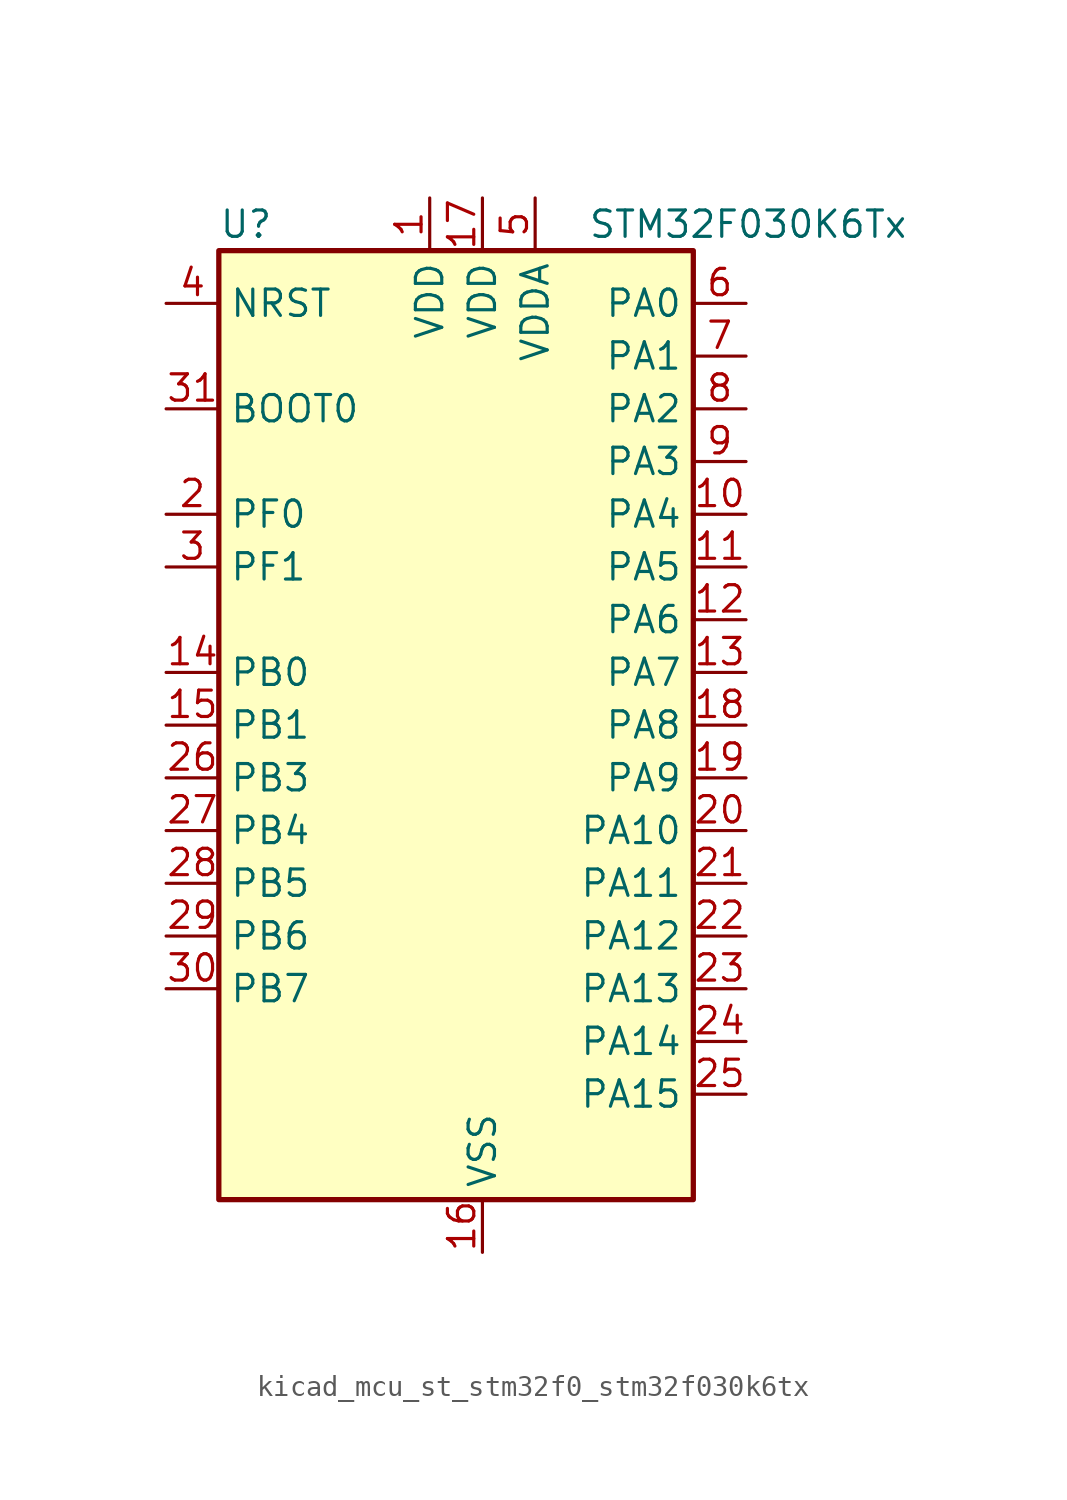
<source format=kicad_sym>
(kicad_symbol_lib
  (version 20220914)
  (generator kicad_symbol_editor)
  (symbol "kicad_mcu_st_stm32f0_stm32f030k6tx"
    (property "Reference" "U"
      (at -10.16 24.13 0)
      (effects (font (size 1.27 1.27)) (justify left)))
    (property "Value" "STM32F030K6Tx"
      (at 7.62 24.13 0)
      (effects (font (size 1.27 1.27)) (justify left)))
    (property "ki_locked" ""
      (at 0 0 0)
      (effects (font (size 1.27 1.27))))
    (symbol "kicad_mcu_st_stm32f0_stm32f030k6tx_0_1"
      (rectangle (start -10.16 -22.86) (end 12.7 22.86) (stroke (width 0.254) (type default)) (fill (type background))))
    (symbol "kicad_mcu_st_stm32f0_stm32f030k6tx_1_1"
      (pin power_in line (at 0 25.4 270) (length 2.54) (name "VDD" (effects (font (size 1.27 1.27)))) (number "1" (effects (font (size 1.27 1.27)))))
      (pin bidirectional line (at 15.24 10.16 180) (length 2.54) (name "PA4" (effects (font (size 1.27 1.27)))) (number "10" (effects (font (size 1.27 1.27)))) (alternate "ADC_IN4" bidirectional line) (alternate "SPI1_NSS" bidirectional line) (alternate "TIM14_CH1" bidirectional line) (alternate "USART1_CK" bidirectional line))
      (pin bidirectional line (at 15.24 7.62 180) (length 2.54) (name "PA5" (effects (font (size 1.27 1.27)))) (number "11" (effects (font (size 1.27 1.27)))) (alternate "ADC_IN5" bidirectional line) (alternate "SPI1_SCK" bidirectional line))
      (pin bidirectional line (at 15.24 5.08 180) (length 2.54) (name "PA6" (effects (font (size 1.27 1.27)))) (number "12" (effects (font (size 1.27 1.27)))) (alternate "ADC_IN6" bidirectional line) (alternate "SPI1_MISO" bidirectional line) (alternate "TIM16_CH1" bidirectional line) (alternate "TIM1_BKIN" bidirectional line) (alternate "TIM3_CH1" bidirectional line))
      (pin bidirectional line (at 15.24 2.54 180) (length 2.54) (name "PA7" (effects (font (size 1.27 1.27)))) (number "13" (effects (font (size 1.27 1.27)))) (alternate "ADC_IN7" bidirectional line) (alternate "SPI1_MOSI" bidirectional line) (alternate "TIM14_CH1" bidirectional line) (alternate "TIM17_CH1" bidirectional line) (alternate "TIM1_CH1N" bidirectional line) (alternate "TIM3_CH2" bidirectional line))
      (pin bidirectional line (at -12.7 2.54 0) (length 2.54) (name "PB0" (effects (font (size 1.27 1.27)))) (number "14" (effects (font (size 1.27 1.27)))) (alternate "ADC_IN8" bidirectional line) (alternate "TIM1_CH2N" bidirectional line) (alternate "TIM3_CH3" bidirectional line))
      (pin bidirectional line (at -12.7 0 0) (length 2.54) (name "PB1" (effects (font (size 1.27 1.27)))) (number "15" (effects (font (size 1.27 1.27)))) (alternate "ADC_IN9" bidirectional line) (alternate "TIM14_CH1" bidirectional line) (alternate "TIM1_CH3N" bidirectional line) (alternate "TIM3_CH4" bidirectional line))
      (pin power_in line (at 2.54 -25.4 90) (length 2.54) (name "VSS" (effects (font (size 1.27 1.27)))) (number "16" (effects (font (size 1.27 1.27)))))
      (pin power_in line (at 2.54 25.4 270) (length 2.54) (name "VDD" (effects (font (size 1.27 1.27)))) (number "17" (effects (font (size 1.27 1.27)))))
      (pin bidirectional line (at 15.24 0 180) (length 2.54) (name "PA8" (effects (font (size 1.27 1.27)))) (number "18" (effects (font (size 1.27 1.27)))) (alternate "RCC_MCO" bidirectional line) (alternate "TIM1_CH1" bidirectional line) (alternate "USART1_CK" bidirectional line))
      (pin bidirectional line (at 15.24 -2.54 180) (length 2.54) (name "PA9" (effects (font (size 1.27 1.27)))) (number "19" (effects (font (size 1.27 1.27)))) (alternate "I2C1_SCL" bidirectional line) (alternate "TIM1_CH2" bidirectional line) (alternate "USART1_TX" bidirectional line))
      (pin bidirectional line (at -12.7 10.16 0) (length 2.54) (name "PF0" (effects (font (size 1.27 1.27)))) (number "2" (effects (font (size 1.27 1.27)))) (alternate "RCC_OSC_IN" bidirectional line))
      (pin bidirectional line (at 15.24 -5.08 180) (length 2.54) (name "PA10" (effects (font (size 1.27 1.27)))) (number "20" (effects (font (size 1.27 1.27)))) (alternate "I2C1_SDA" bidirectional line) (alternate "TIM17_BKIN" bidirectional line) (alternate "TIM1_CH3" bidirectional line) (alternate "USART1_RX" bidirectional line))
      (pin bidirectional line (at 15.24 -7.62 180) (length 2.54) (name "PA11" (effects (font (size 1.27 1.27)))) (number "21" (effects (font (size 1.27 1.27)))) (alternate "TIM1_CH4" bidirectional line) (alternate "USART1_CTS" bidirectional line))
      (pin bidirectional line (at 15.24 -10.16 180) (length 2.54) (name "PA12" (effects (font (size 1.27 1.27)))) (number "22" (effects (font (size 1.27 1.27)))) (alternate "TIM1_ETR" bidirectional line) (alternate "USART1_DE" bidirectional line) (alternate "USART1_RTS" bidirectional line))
      (pin bidirectional line (at 15.24 -12.7 180) (length 2.54) (name "PA13" (effects (font (size 1.27 1.27)))) (number "23" (effects (font (size 1.27 1.27)))) (alternate "IR_OUT" bidirectional line) (alternate "SYS_SWDIO" bidirectional line))
      (pin bidirectional line (at 15.24 -15.24 180) (length 2.54) (name "PA14" (effects (font (size 1.27 1.27)))) (number "24" (effects (font (size 1.27 1.27)))) (alternate "SYS_SWCLK" bidirectional line) (alternate "USART1_TX" bidirectional line))
      (pin bidirectional line (at 15.24 -17.78 180) (length 2.54) (name "PA15" (effects (font (size 1.27 1.27)))) (number "25" (effects (font (size 1.27 1.27)))) (alternate "SPI1_NSS" bidirectional line) (alternate "USART1_RX" bidirectional line))
      (pin bidirectional line (at -12.7 -2.54 0) (length 2.54) (name "PB3" (effects (font (size 1.27 1.27)))) (number "26" (effects (font (size 1.27 1.27)))) (alternate "SPI1_SCK" bidirectional line))
      (pin bidirectional line (at -12.7 -5.08 0) (length 2.54) (name "PB4" (effects (font (size 1.27 1.27)))) (number "27" (effects (font (size 1.27 1.27)))) (alternate "SPI1_MISO" bidirectional line) (alternate "TIM3_CH1" bidirectional line))
      (pin bidirectional line (at -12.7 -7.62 0) (length 2.54) (name "PB5" (effects (font (size 1.27 1.27)))) (number "28" (effects (font (size 1.27 1.27)))) (alternate "I2C1_SMBA" bidirectional line) (alternate "SPI1_MOSI" bidirectional line) (alternate "TIM16_BKIN" bidirectional line) (alternate "TIM3_CH2" bidirectional line))
      (pin bidirectional line (at -12.7 -10.16 0) (length 2.54) (name "PB6" (effects (font (size 1.27 1.27)))) (number "29" (effects (font (size 1.27 1.27)))) (alternate "I2C1_SCL" bidirectional line) (alternate "TIM16_CH1N" bidirectional line) (alternate "USART1_TX" bidirectional line))
      (pin bidirectional line (at -12.7 7.62 0) (length 2.54) (name "PF1" (effects (font (size 1.27 1.27)))) (number "3" (effects (font (size 1.27 1.27)))) (alternate "RCC_OSC_OUT" bidirectional line))
      (pin bidirectional line (at -12.7 -12.7 0) (length 2.54) (name "PB7" (effects (font (size 1.27 1.27)))) (number "30" (effects (font (size 1.27 1.27)))) (alternate "I2C1_SDA" bidirectional line) (alternate "TIM17_CH1N" bidirectional line) (alternate "USART1_RX" bidirectional line))
      (pin input line (at -12.7 15.24 0) (length 2.54) (name "BOOT0" (effects (font (size 1.27 1.27)))) (number "31" (effects (font (size 1.27 1.27)))))
      (pin passive line (at 2.54 -25.4 90) (length 2.54) hide (name "VSS" (effects (font (size 1.27 1.27)))) (number "32" (effects (font (size 1.27 1.27)))))
      (pin input line (at -12.7 20.32 0) (length 2.54) (name "NRST" (effects (font (size 1.27 1.27)))) (number "4" (effects (font (size 1.27 1.27)))))
      (pin power_in line (at 5.08 25.4 270) (length 2.54) (name "VDDA" (effects (font (size 1.27 1.27)))) (number "5" (effects (font (size 1.27 1.27)))))
      (pin bidirectional line (at 15.24 20.32 180) (length 2.54) (name "PA0" (effects (font (size 1.27 1.27)))) (number "6" (effects (font (size 1.27 1.27)))) (alternate "ADC_IN0" bidirectional line) (alternate "RTC_TAMP2" bidirectional line) (alternate "SYS_WKUP1" bidirectional line) (alternate "USART1_CTS" bidirectional line))
      (pin bidirectional line (at 15.24 17.78 180) (length 2.54) (name "PA1" (effects (font (size 1.27 1.27)))) (number "7" (effects (font (size 1.27 1.27)))) (alternate "ADC_IN1" bidirectional line) (alternate "USART1_DE" bidirectional line) (alternate "USART1_RTS" bidirectional line))
      (pin bidirectional line (at 15.24 15.24 180) (length 2.54) (name "PA2" (effects (font (size 1.27 1.27)))) (number "8" (effects (font (size 1.27 1.27)))) (alternate "ADC_IN2" bidirectional line) (alternate "USART1_TX" bidirectional line))
      (pin bidirectional line (at 15.24 12.7 180) (length 2.54) (name "PA3" (effects (font (size 1.27 1.27)))) (number "9" (effects (font (size 1.27 1.27)))) (alternate "ADC_IN3" bidirectional line) (alternate "USART1_RX" bidirectional line)))))
</source>
